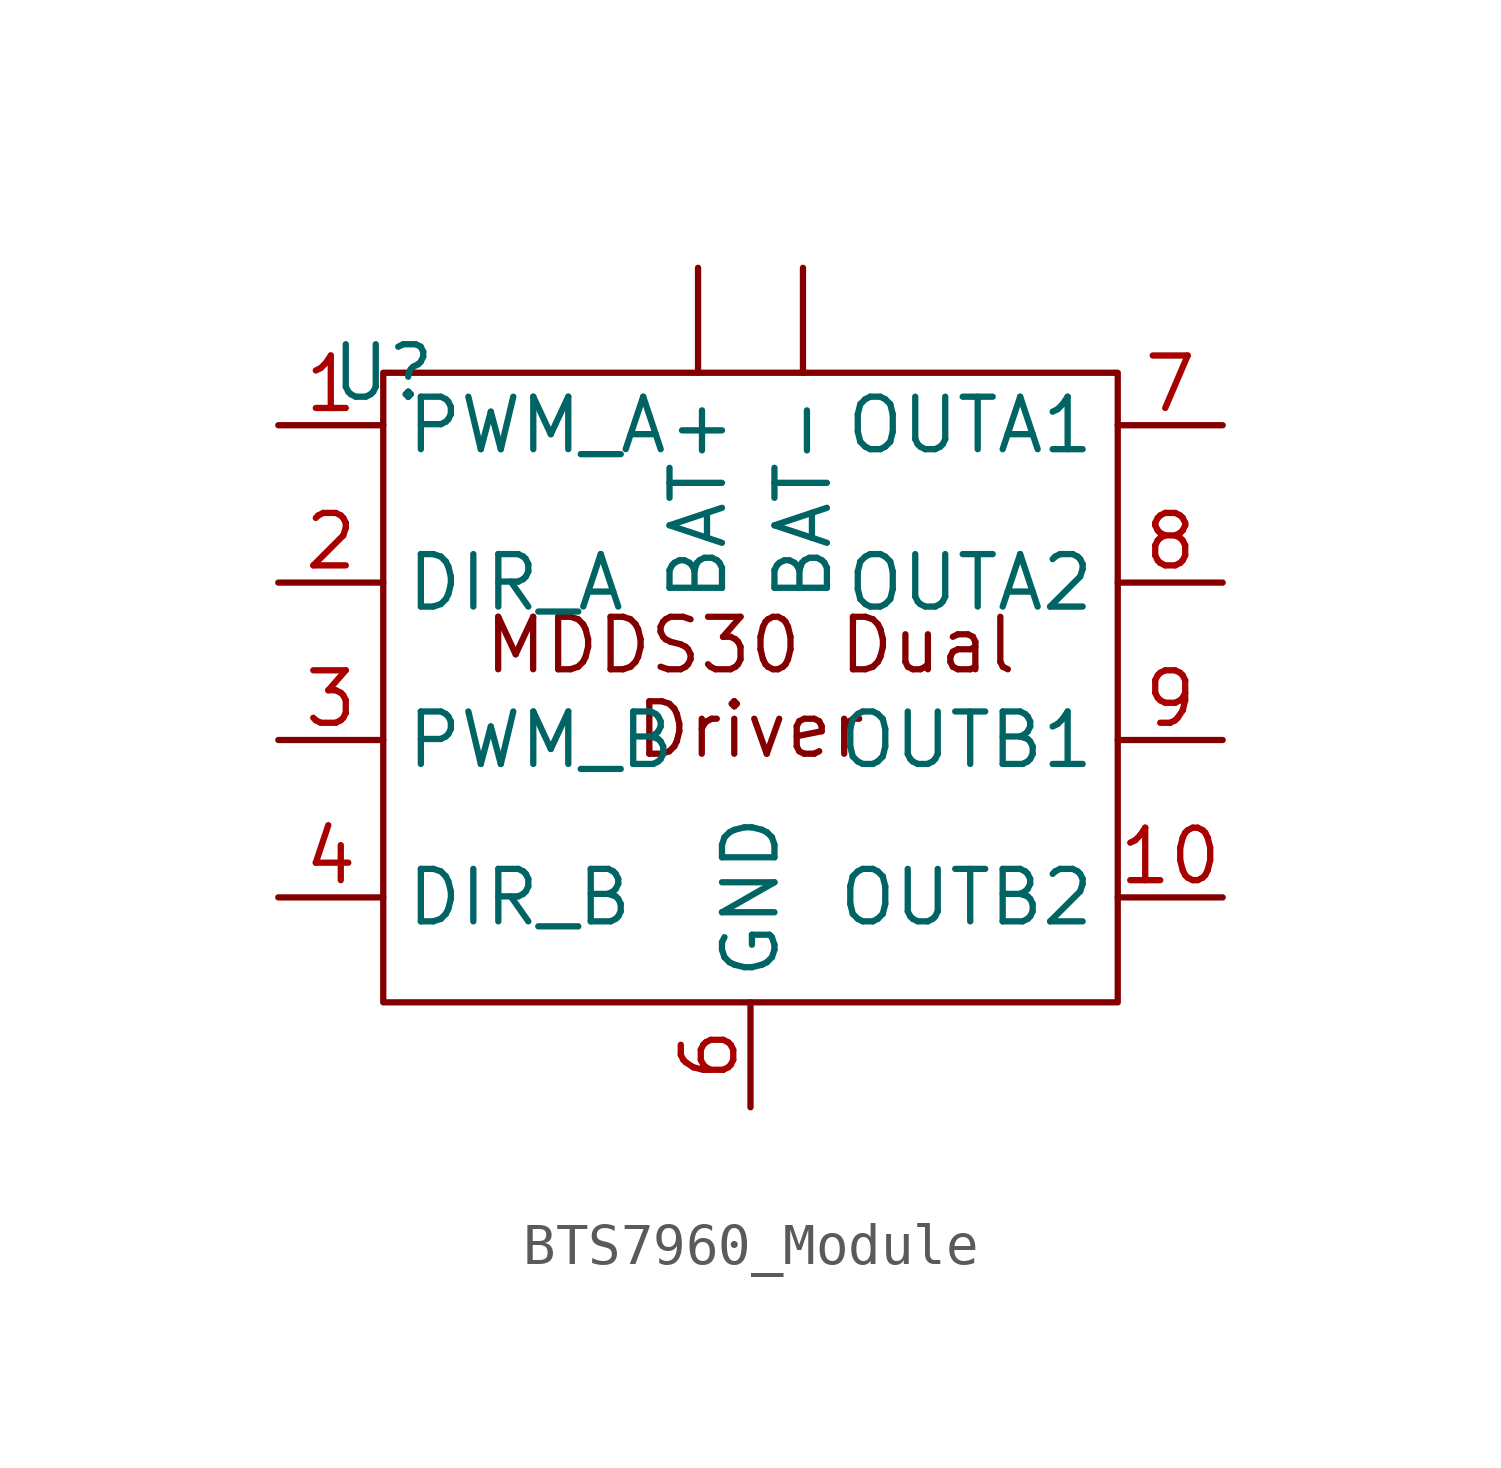
<source format=kicad_sym>
(kicad_symbol_lib
  (version 20241209)
  (generator "kicad_symbol_editor")
  (generator_version "9.0")
  (symbol "BTS7960_Module"
    (property "Reference" "U"
      (at 0 0 0)
      (effects (font (size 1.27 1.27))))
    (property "Value" ""
      (at 0 0 0)
      (effects (font (size 1.27 1.27))))
    (symbol "BTS7960_Module_1_1"
      (text_box "MDDS30 Dual Driver\n" (at 0 0 0) (size 17.78 -15.24) (margins 1.016 1.016 1.016 1.016) (stroke (width 0) (type solid)) (fill (type color) (color 0 0 0 0)) (effects (font (size 1.27 1.27))))
      (pin input line (at -2.54 -1.27 0) (length 2.54) (name "PWM_A" (effects (font (size 1.27 1.27)))) (number "1" (effects (font (size 1.27 1.27)))))
      (pin input line (at -2.54 -5.08 0) (length 2.54) (name "DIR_A" (effects (font (size 1.27 1.27)))) (number "2" (effects (font (size 1.27 1.27)))))
      (pin input line (at -2.54 -8.89 0) (length 2.54) (name "PWM_B" (effects (font (size 1.27 1.27)))) (number "3" (effects (font (size 1.27 1.27)))))
      (pin input line (at -2.54 -12.7 0) (length 2.54) (name "DIR_B" (effects (font (size 1.27 1.27)))) (number "4" (effects (font (size 1.27 1.27)))))
      (pin power_in line (at 7.62 2.54 270) (length 2.54) (name "BAT+" (effects (font (size 1.27 1.27)))) (number "" (effects (font (size 1.27 1.27)))))
      (pin power_in line (at 8.89 -17.78 90) (length 2.54) (name "GND" (effects (font (size 1.27 1.27)))) (number "6" (effects (font (size 1.27 1.27)))))
      (pin power_in line (at 10.16 2.54 270) (length 2.54) (name "BAT-" (effects (font (size 1.27 1.27)))) (number "" (effects (font (size 1.27 1.27)))))
      (pin output line (at 20.32 -1.27 180) (length 2.54) (name "OUTA1" (effects (font (size 1.27 1.27)))) (number "7" (effects (font (size 1.27 1.27)))))
      (pin output line (at 20.32 -5.08 180) (length 2.54) (name "OUTA2" (effects (font (size 1.27 1.27)))) (number "8" (effects (font (size 1.27 1.27)))))
      (pin output line (at 20.32 -8.89 180) (length 2.54) (name "OUTB1" (effects (font (size 1.27 1.27)))) (number "9" (effects (font (size 1.27 1.27)))))
      (pin output line (at 20.32 -12.7 180) (length 2.54) (name "OUTB2" (effects (font (size 1.27 1.27)))) (number "10" (effects (font (size 1.27 1.27))))))))
</source>
